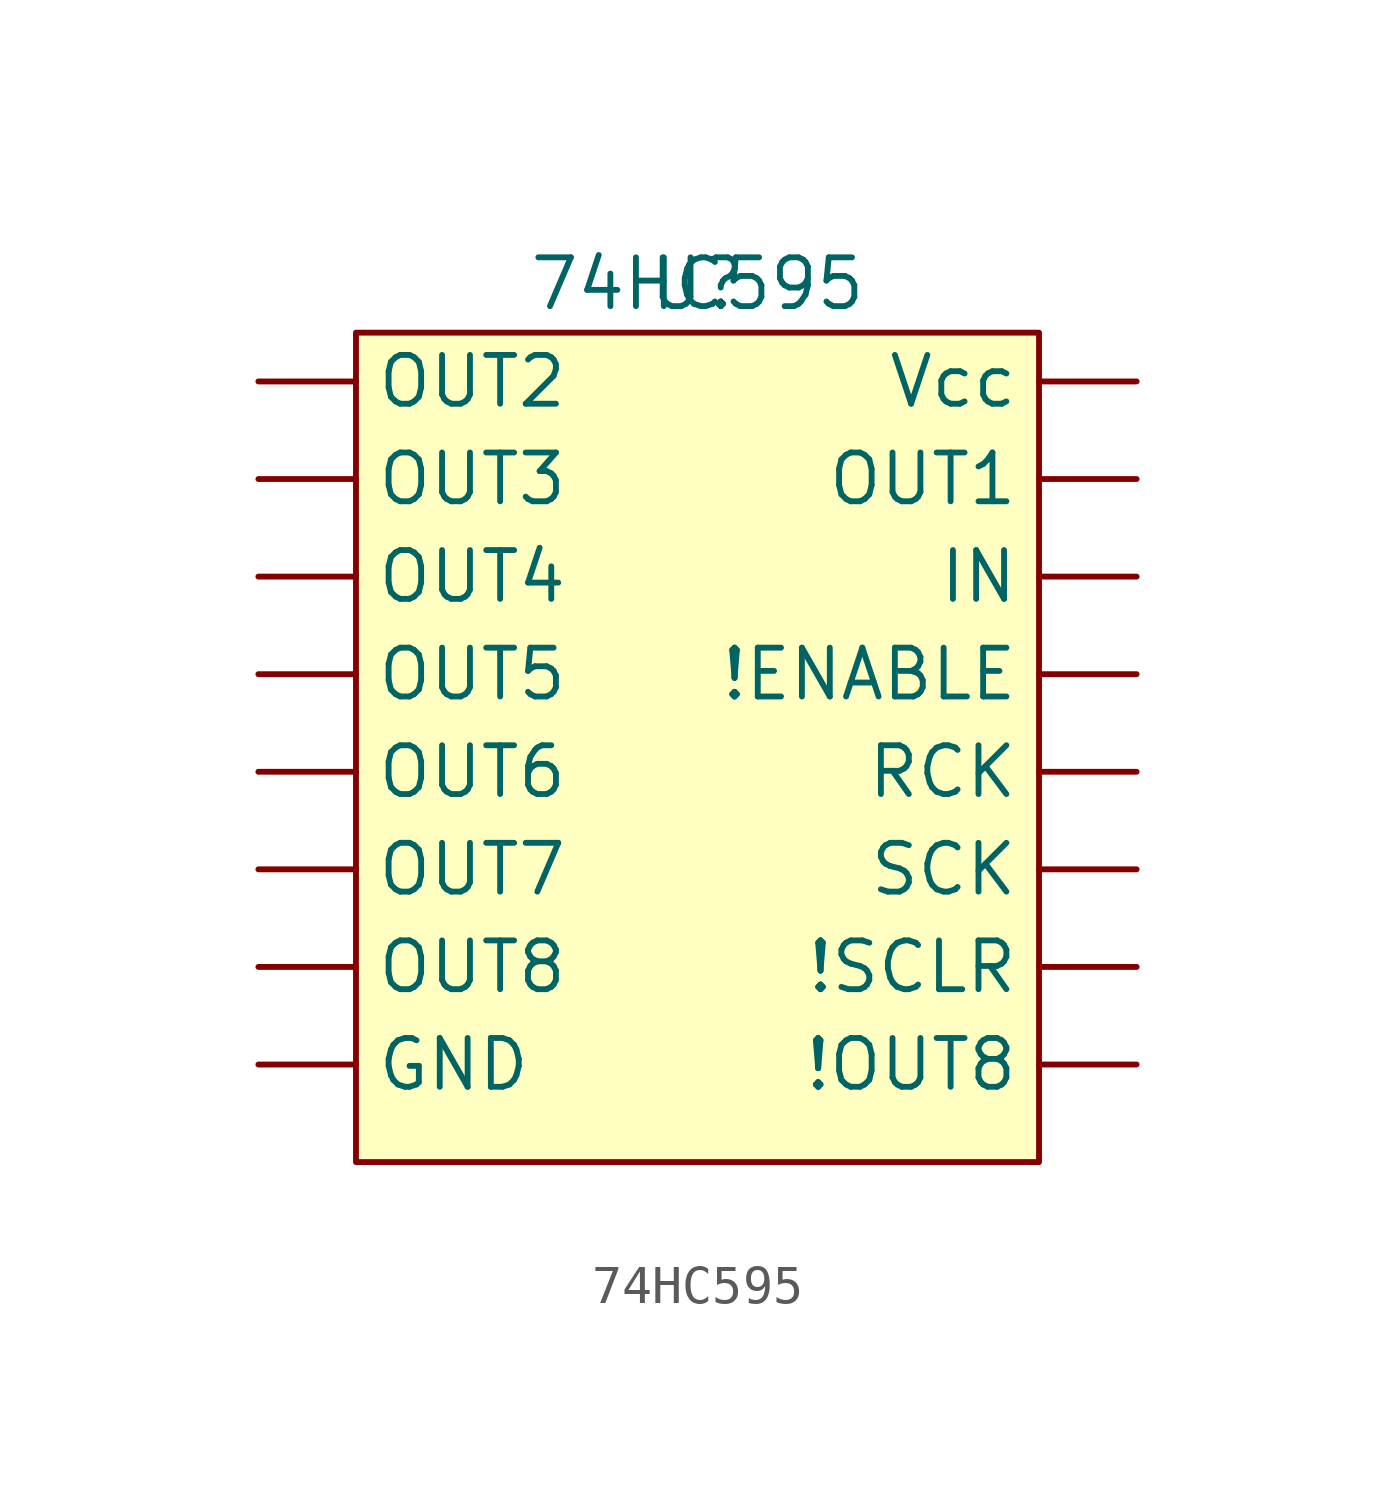
<source format=kicad_sym>
(kicad_symbol_lib
  (version 20211014)
  (generator kicad_symbol_editor)
  (symbol "74HC595"
    (property "Reference" "U"
      (at 0 11.43 0)
      (effects (font (size 1.27 1.27))))
    (property "Value" "74HC595"
      (at 0 11.43 0)
      (effects (font (size 1.27 1.27))))
    (symbol "74HC595_0_1"
      (rectangle (start -8.89 10.16) (end 8.89 -11.43) (stroke (width 0) (type default) (color 0 0 0 0)) (fill (type background))))
    (symbol "74HC595_1_1"
      (pin input line (at 11.43 1.27 180) (length 2.54) (name "!ENABLE" (effects (font (size 1.27 1.27)))) (number "" (effects (font (size 1.27 1.27)))))
      (pin output line (at 11.43 -8.89 180) (length 2.54) (name "!OUT8" (effects (font (size 1.27 1.27)))) (number "" (effects (font (size 1.27 1.27)))))
      (pin input line (at 11.43 -6.35 180) (length 2.54) (name "!SCLR" (effects (font (size 1.27 1.27)))) (number "" (effects (font (size 1.27 1.27)))))
      (pin input line (at -11.43 -8.89 0) (length 2.54) (name "GND" (effects (font (size 1.27 1.27)))) (number "" (effects (font (size 1.27 1.27)))))
      (pin input line (at 11.43 3.81 180) (length 2.54) (name "IN" (effects (font (size 1.27 1.27)))) (number "" (effects (font (size 1.27 1.27)))))
      (pin output line (at 11.43 6.35 180) (length 2.54) (name "OUT1" (effects (font (size 1.27 1.27)))) (number "" (effects (font (size 1.27 1.27)))))
      (pin output line (at -11.43 8.89 0) (length 2.54) (name "OUT2" (effects (font (size 1.27 1.27)))) (number "" (effects (font (size 1.27 1.27)))))
      (pin output line (at -11.43 6.35 0) (length 2.54) (name "OUT3" (effects (font (size 1.27 1.27)))) (number "" (effects (font (size 1.27 1.27)))))
      (pin output line (at -11.43 3.81 0) (length 2.54) (name "OUT4" (effects (font (size 1.27 1.27)))) (number "" (effects (font (size 1.27 1.27)))))
      (pin output line (at -11.43 1.27 0) (length 2.54) (name "OUT5" (effects (font (size 1.27 1.27)))) (number "" (effects (font (size 1.27 1.27)))))
      (pin output line (at -11.43 -1.27 0) (length 2.54) (name "OUT6" (effects (font (size 1.27 1.27)))) (number "" (effects (font (size 1.27 1.27)))))
      (pin output line (at -11.43 -3.81 0) (length 2.54) (name "OUT7" (effects (font (size 1.27 1.27)))) (number "" (effects (font (size 1.27 1.27)))))
      (pin output line (at -11.43 -6.35 0) (length 2.54) (name "OUT8" (effects (font (size 1.27 1.27)))) (number "" (effects (font (size 1.27 1.27)))))
      (pin input line (at 11.43 -1.27 180) (length 2.54) (name "RCK" (effects (font (size 1.27 1.27)))) (number "" (effects (font (size 1.27 1.27)))))
      (pin input line (at 11.43 -3.81 180) (length 2.54) (name "SCK" (effects (font (size 1.27 1.27)))) (number "" (effects (font (size 1.27 1.27)))))
      (pin input line (at 11.43 8.89 180) (length 2.54) (name "Vcc" (effects (font (size 1.27 1.27)))) (number "" (effects (font (size 1.27 1.27))))))))
</source>
